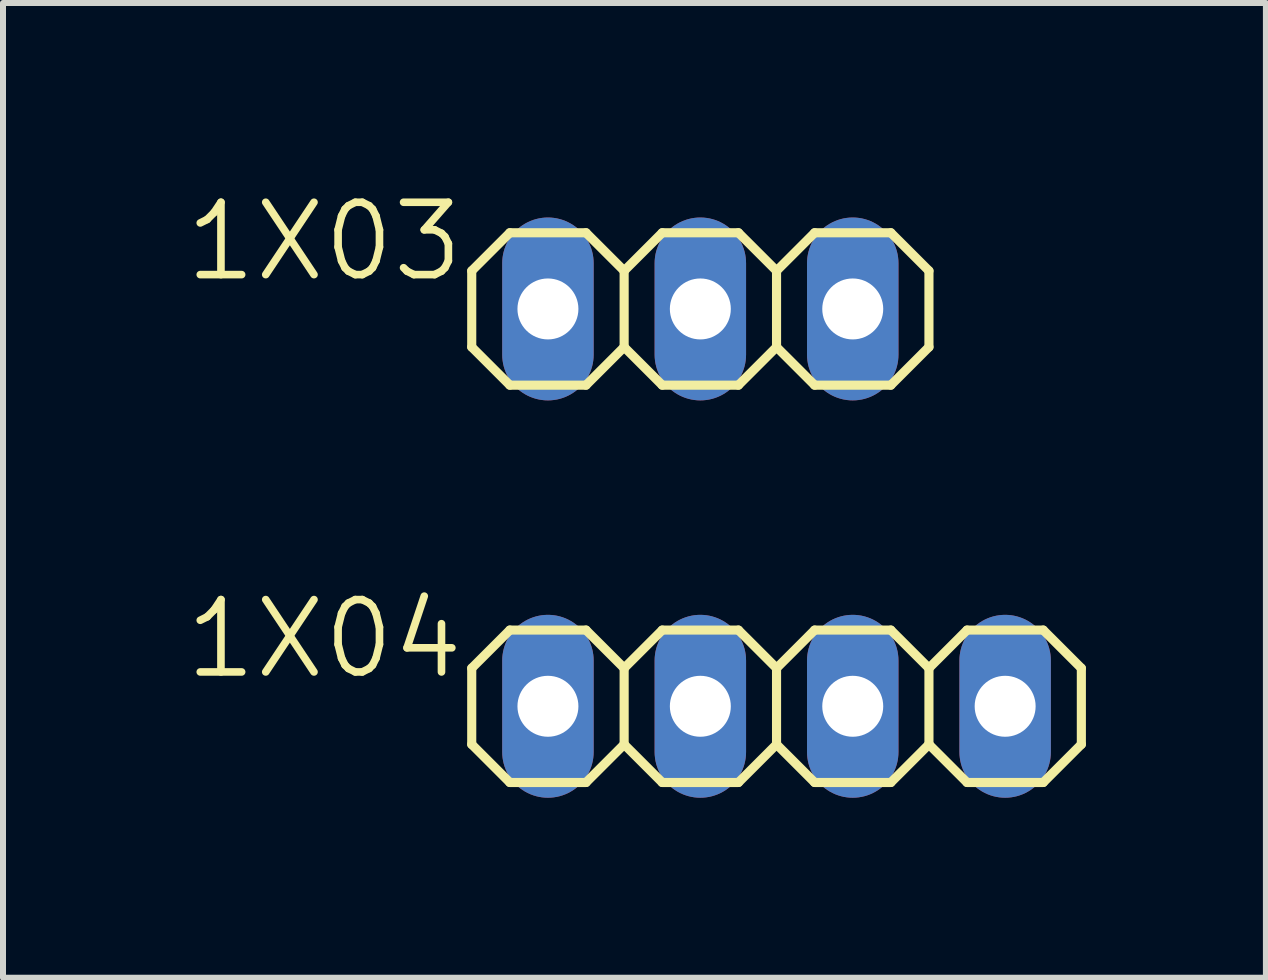
<source format=kicad_pcb>
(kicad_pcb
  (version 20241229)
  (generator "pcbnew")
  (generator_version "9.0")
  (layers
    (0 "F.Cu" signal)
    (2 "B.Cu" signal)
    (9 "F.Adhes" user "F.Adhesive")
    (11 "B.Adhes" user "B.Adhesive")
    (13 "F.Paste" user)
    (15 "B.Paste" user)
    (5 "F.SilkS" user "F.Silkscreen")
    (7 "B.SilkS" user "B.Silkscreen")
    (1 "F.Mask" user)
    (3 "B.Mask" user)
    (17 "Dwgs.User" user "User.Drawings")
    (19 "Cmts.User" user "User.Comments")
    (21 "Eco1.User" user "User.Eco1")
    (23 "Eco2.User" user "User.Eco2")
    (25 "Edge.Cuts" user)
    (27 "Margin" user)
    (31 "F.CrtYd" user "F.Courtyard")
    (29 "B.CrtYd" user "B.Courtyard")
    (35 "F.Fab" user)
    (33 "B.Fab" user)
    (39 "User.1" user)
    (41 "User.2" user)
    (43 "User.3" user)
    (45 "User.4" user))
  (footprint "1X04"
    (layer "F.Cu")
    (at 9.892 8.721)
    (property "Reference" "1X04" (at -5.156 -1.829 0) (layer "F.SilkS") (effects (font (size 1.206 1.206) (thickness 0.127)) (justify right top)))
    (attr through_hole)
    (fp_line (start -5.08 -0.635) (end -5.08 0.635) (stroke (width 0.152) (type solid)) (layer "F.SilkS"))
    (fp_line (start -5.08 0.635) (end -4.445 1.27) (stroke (width 0.152) (type solid)) (layer "F.SilkS"))
    (fp_line (start -4.445 -1.27) (end -5.08 -0.635) (stroke (width 0.152) (type solid)) (layer "F.SilkS"))
    (fp_line (start -4.445 -1.27) (end -3.175 -1.27) (stroke (width 0.152) (type solid)) (layer "F.SilkS"))
    (fp_line (start -3.175 -1.27) (end -2.54 -0.635) (stroke (width 0.152) (type solid)) (layer "F.SilkS"))
    (fp_line (start -3.175 1.27) (end -4.445 1.27) (stroke (width 0.152) (type solid)) (layer "F.SilkS"))
    (fp_line (start -2.54 -0.635) (end -2.54 0.635) (stroke (width 0.152) (type solid)) (layer "F.SilkS"))
    (fp_line (start -2.54 -0.635) (end -1.905 -1.27) (stroke (width 0.152) (type solid)) (layer "F.SilkS"))
    (fp_line (start -2.54 0.635) (end -3.175 1.27) (stroke (width 0.152) (type solid)) (layer "F.SilkS"))
    (fp_line (start -1.905 -1.27) (end -0.635 -1.27) (stroke (width 0.152) (type solid)) (layer "F.SilkS"))
    (fp_line (start -1.905 1.27) (end -2.54 0.635) (stroke (width 0.152) (type solid)) (layer "F.SilkS"))
    (fp_line (start -0.635 -1.27) (end 0 -0.635) (stroke (width 0.152) (type solid)) (layer "F.SilkS"))
    (fp_line (start -0.635 1.27) (end -1.905 1.27) (stroke (width 0.152) (type solid)) (layer "F.SilkS"))
    (fp_line (start 0 -0.635) (end 0 0.635) (stroke (width 0.152) (type solid)) (layer "F.SilkS"))
    (fp_line (start 0 -0.635) (end 0.635 -1.27) (stroke (width 0.152) (type solid)) (layer "F.SilkS"))
    (fp_line (start 0 0.635) (end -0.635 1.27) (stroke (width 0.152) (type solid)) (layer "F.SilkS"))
    (fp_line (start 0.635 -1.27) (end 1.905 -1.27) (stroke (width 0.152) (type solid)) (layer "F.SilkS"))
    (fp_line (start 0.635 1.27) (end 0 0.635) (stroke (width 0.152) (type solid)) (layer "F.SilkS"))
    (fp_line (start 1.905 -1.27) (end 2.54 -0.635) (stroke (width 0.152) (type solid)) (layer "F.SilkS"))
    (fp_line (start 1.905 1.27) (end 0.635 1.27) (stroke (width 0.152) (type solid)) (layer "F.SilkS"))
    (fp_line (start 2.54 -0.635) (end 2.54 0.635) (stroke (width 0.152) (type solid)) (layer "F.SilkS"))
    (fp_line (start 2.54 0.635) (end 1.905 1.27) (stroke (width 0.152) (type solid)) (layer "F.SilkS"))
    (fp_line (start 2.54 0.635) (end 3.175 1.27) (stroke (width 0.152) (type solid)) (layer "F.SilkS"))
    (fp_line (start 3.175 -1.27) (end 2.54 -0.635) (stroke (width 0.152) (type solid)) (layer "F.SilkS"))
    (fp_line (start 3.175 -1.27) (end 4.445 -1.27) (stroke (width 0.152) (type solid)) (layer "F.SilkS"))
    (fp_line (start 4.445 -1.27) (end 5.08 -0.635) (stroke (width 0.152) (type solid)) (layer "F.SilkS"))
    (fp_line (start 4.445 1.27) (end 3.175 1.27) (stroke (width 0.152) (type solid)) (layer "F.SilkS"))
    (fp_line (start 5.08 -0.635) (end 5.08 0.635) (stroke (width 0.152) (type solid)) (layer "F.SilkS"))
    (fp_line (start 5.08 0.635) (end 4.445 1.27) (stroke (width 0.152) (type solid)) (layer "F.SilkS"))
    (fp_poly (pts (xy -4.064 0.254) (xy -3.556 0.254) (xy -3.556 -0.254) (xy -4.064 -0.254)) (stroke (width 0.1) (type solid)) (fill no) (layer "F.Fab"))
    (fp_poly (pts (xy -1.524 0.254) (xy -1.016 0.254) (xy -1.016 -0.254) (xy -1.524 -0.254)) (stroke (width 0.1) (type solid)) (fill no) (layer "F.Fab"))
    (fp_poly (pts (xy 1.016 0.254) (xy 1.524 0.254) (xy 1.524 -0.254) (xy 1.016 -0.254)) (stroke (width 0.1) (type solid)) (fill no) (layer "F.Fab"))
    (fp_poly (pts (xy 3.556 0.254) (xy 4.064 0.254) (xy 4.064 -0.254) (xy 3.556 -0.254)) (stroke (width 0.1) (type solid)) (fill no) (layer "F.Fab"))
    (pad "1" thru_hole oval (at -3.81 0 90) (size 3.048 1.524) (drill 1.016) (layers "*.Cu" "*.Mask"))
    (pad "2" thru_hole oval (at -1.27 0 90) (size 3.048 1.524) (drill 1.016) (layers "*.Cu" "*.Mask"))
    (pad "3" thru_hole oval (at 1.27 0 90) (size 3.048 1.524) (drill 1.016) (layers "*.Cu" "*.Mask"))
    (pad "4" thru_hole oval (at 3.81 0 90) (size 3.048 1.524) (drill 1.016) (layers "*.Cu" "*.Mask")))
  (footprint "1X03"
    (layer "F.Cu")
    (at 8.622 2.099)
    (property "Reference" "1X03" (at -3.886 -1.829 0) (layer "F.SilkS") (effects (font (size 1.206 1.206) (thickness 0.127)) (justify right top)))
    (attr through_hole)
    (fp_line (start -3.81 -0.635) (end -3.81 0.635) (stroke (width 0.152) (type solid)) (layer "F.SilkS"))
    (fp_line (start -3.81 0.635) (end -3.175 1.27) (stroke (width 0.152) (type solid)) (layer "F.SilkS"))
    (fp_line (start -3.175 -1.27) (end -3.81 -0.635) (stroke (width 0.152) (type solid)) (layer "F.SilkS"))
    (fp_line (start -3.175 -1.27) (end -1.905 -1.27) (stroke (width 0.152) (type solid)) (layer "F.SilkS"))
    (fp_line (start -1.905 -1.27) (end -1.27 -0.635) (stroke (width 0.152) (type solid)) (layer "F.SilkS"))
    (fp_line (start -1.905 1.27) (end -3.175 1.27) (stroke (width 0.152) (type solid)) (layer "F.SilkS"))
    (fp_line (start -1.27 -0.635) (end -1.27 0.635) (stroke (width 0.152) (type solid)) (layer "F.SilkS"))
    (fp_line (start -1.27 -0.635) (end -0.635 -1.27) (stroke (width 0.152) (type solid)) (layer "F.SilkS"))
    (fp_line (start -1.27 0.635) (end -1.905 1.27) (stroke (width 0.152) (type solid)) (layer "F.SilkS"))
    (fp_line (start -0.635 -1.27) (end 0.635 -1.27) (stroke (width 0.152) (type solid)) (layer "F.SilkS"))
    (fp_line (start -0.635 1.27) (end -1.27 0.635) (stroke (width 0.152) (type solid)) (layer "F.SilkS"))
    (fp_line (start 0.635 -1.27) (end 1.27 -0.635) (stroke (width 0.152) (type solid)) (layer "F.SilkS"))
    (fp_line (start 0.635 1.27) (end -0.635 1.27) (stroke (width 0.152) (type solid)) (layer "F.SilkS"))
    (fp_line (start 1.27 -0.635) (end 1.27 0.635) (stroke (width 0.152) (type solid)) (layer "F.SilkS"))
    (fp_line (start 1.27 -0.635) (end 1.905 -1.27) (stroke (width 0.152) (type solid)) (layer "F.SilkS"))
    (fp_line (start 1.27 0.635) (end 0.635 1.27) (stroke (width 0.152) (type solid)) (layer "F.SilkS"))
    (fp_line (start 1.905 -1.27) (end 3.175 -1.27) (stroke (width 0.152) (type solid)) (layer "F.SilkS"))
    (fp_line (start 1.905 1.27) (end 1.27 0.635) (stroke (width 0.152) (type solid)) (layer "F.SilkS"))
    (fp_line (start 3.175 -1.27) (end 3.81 -0.635) (stroke (width 0.152) (type solid)) (layer "F.SilkS"))
    (fp_line (start 3.175 1.27) (end 1.905 1.27) (stroke (width 0.152) (type solid)) (layer "F.SilkS"))
    (fp_line (start 3.81 -0.635) (end 3.81 0.635) (stroke (width 0.152) (type solid)) (layer "F.SilkS"))
    (fp_line (start 3.81 0.635) (end 3.175 1.27) (stroke (width 0.152) (type solid)) (layer "F.SilkS"))
    (fp_poly (pts (xy -2.794 0.254) (xy -2.286 0.254) (xy -2.286 -0.254) (xy -2.794 -0.254)) (stroke (width 0.1) (type solid)) (fill no) (layer "F.Fab"))
    (fp_poly (pts (xy -0.254 0.254) (xy 0.254 0.254) (xy 0.254 -0.254) (xy -0.254 -0.254)) (stroke (width 0.1) (type solid)) (fill no) (layer "F.Fab"))
    (fp_poly (pts (xy 2.286 0.254) (xy 2.794 0.254) (xy 2.794 -0.254) (xy 2.286 -0.254)) (stroke (width 0.1) (type solid)) (fill no) (layer "F.Fab"))
    (pad "1" thru_hole oval (at -2.54 0 90) (size 3.048 1.524) (drill 1.016) (layers "*.Cu" "*.Mask"))
    (pad "2" thru_hole oval (at 0 0 90) (size 3.048 1.524) (drill 1.016) (layers "*.Cu" "*.Mask"))
    (pad "3" thru_hole oval (at 2.54 0 90) (size 3.048 1.524) (drill 1.016) (layers "*.Cu" "*.Mask")))
  (gr_rect
    (start -3 -3)
    (end 18.048 13.245)
    (stroke (width 0.1) (type default))
    (fill no)
    (layer "Edge.Cuts")))
</source>
